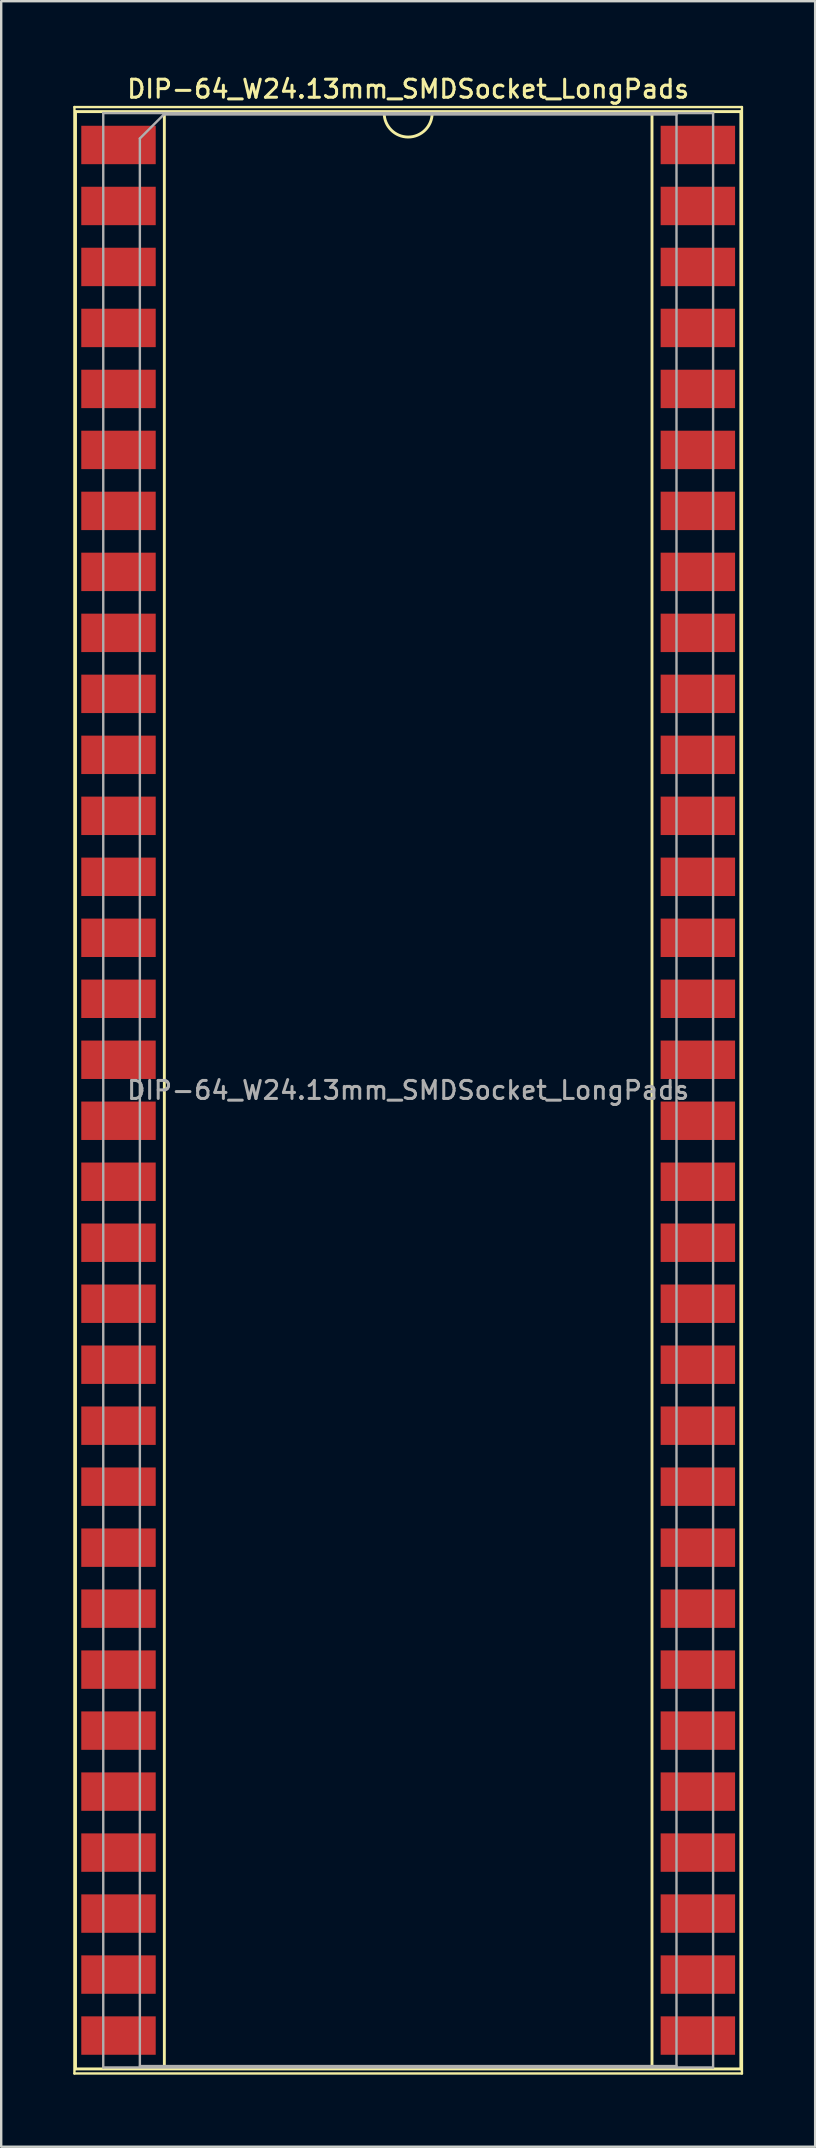
<source format=kicad_pcb>
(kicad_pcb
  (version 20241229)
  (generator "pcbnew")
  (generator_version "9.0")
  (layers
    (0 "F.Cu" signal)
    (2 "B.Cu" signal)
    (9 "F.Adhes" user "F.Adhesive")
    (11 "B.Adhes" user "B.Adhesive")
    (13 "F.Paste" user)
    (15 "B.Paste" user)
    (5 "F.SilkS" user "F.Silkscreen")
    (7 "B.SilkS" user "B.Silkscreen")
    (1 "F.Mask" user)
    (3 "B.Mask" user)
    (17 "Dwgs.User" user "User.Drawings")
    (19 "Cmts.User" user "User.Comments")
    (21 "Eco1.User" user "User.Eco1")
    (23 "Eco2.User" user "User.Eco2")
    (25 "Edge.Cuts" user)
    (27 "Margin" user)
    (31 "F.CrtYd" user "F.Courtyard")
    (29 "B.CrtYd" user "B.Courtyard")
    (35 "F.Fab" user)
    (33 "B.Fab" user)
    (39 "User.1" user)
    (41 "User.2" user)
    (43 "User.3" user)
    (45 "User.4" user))
  (footprint "DIP-64_W24.13mm_SMDSocket_LongPads"
    (layer "F.Cu")
    (at 13.95 42.358)
    (property "Reference" "DIP-64_W24.13mm_SMDSocket_LongPads" (at 0 -41.7 0) (layer "F.SilkS") (effects (font (size 0.75 0.75) (thickness 0.125))))
    (attr smd)
    (fp_line (start -13.9 -40.95) (end -13.9 40.95) (stroke (width 0.1) (type solid)) (layer "F.SilkS"))
    (fp_line (start -13.9 40.95) (end 13.9 40.95) (stroke (width 0.1) (type solid)) (layer "F.SilkS"))
    (fp_line (start -13.855 -40.76) (end -13.855 40.76) (stroke (width 0.12) (type solid)) (layer "F.SilkS"))
    (fp_line (start -13.855 40.76) (end 13.855 40.76) (stroke (width 0.12) (type solid)) (layer "F.SilkS"))
    (fp_line (start -10.155 -40.7) (end -10.155 40.7) (stroke (width 0.12) (type solid)) (layer "F.SilkS"))
    (fp_line (start -10.155 40.7) (end 10.155 40.7) (stroke (width 0.12) (type solid)) (layer "F.SilkS"))
    (fp_line (start -1 -40.7) (end -10.155 -40.7) (stroke (width 0.12) (type solid)) (layer "F.SilkS"))
    (fp_line (start 10.155 -40.7) (end 1 -40.7) (stroke (width 0.12) (type solid)) (layer "F.SilkS"))
    (fp_line (start 10.155 40.7) (end 10.155 -40.7) (stroke (width 0.12) (type solid)) (layer "F.SilkS"))
    (fp_line (start 13.855 -40.76) (end -13.855 -40.76) (stroke (width 0.12) (type solid)) (layer "F.SilkS"))
    (fp_line (start 13.855 40.76) (end 13.855 -40.76) (stroke (width 0.12) (type solid)) (layer "F.SilkS"))
    (fp_line (start 13.9 -40.95) (end -13.9 -40.95) (stroke (width 0.1) (type solid)) (layer "F.SilkS"))
    (fp_line (start 13.9 40.95) (end 13.9 -40.95) (stroke (width 0.1) (type solid)) (layer "F.SilkS"))
    (fp_arc (start 1 -40.7) (mid 0 -39.7) (end -1 -40.7) (stroke (width 0.12) (type solid)) (layer "F.SilkS"))
    (fp_line (start -12.7 -40.7) (end -12.7 40.7) (stroke (width 0.1) (type solid)) (layer "F.Fab"))
    (fp_line (start -12.7 40.7) (end 12.7 40.7) (stroke (width 0.1) (type solid)) (layer "F.Fab"))
    (fp_line (start -11.175 -39.64) (end -10.175 -40.64) (stroke (width 0.1) (type solid)) (layer "F.Fab"))
    (fp_line (start -11.175 40.64) (end -11.175 -39.64) (stroke (width 0.1) (type solid)) (layer "F.Fab"))
    (fp_line (start -10.175 -40.64) (end 11.175 -40.64) (stroke (width 0.1) (type solid)) (layer "F.Fab"))
    (fp_line (start 11.175 -40.64) (end 11.175 40.64) (stroke (width 0.1) (type solid)) (layer "F.Fab"))
    (fp_line (start 11.175 40.64) (end -11.175 40.64) (stroke (width 0.1) (type solid)) (layer "F.Fab"))
    (fp_line (start 12.7 -40.7) (end -12.7 -40.7) (stroke (width 0.1) (type solid)) (layer "F.Fab"))
    (fp_line (start 12.7 40.7) (end 12.7 -40.7) (stroke (width 0.1) (type solid)) (layer "F.Fab"))
    (fp_text user "${REFERENCE}" (at 0 0 0) (layer "F.Fab") (effects (font (size 0.75 0.75) (thickness 0.125))))
    (pad "1" smd rect (at -12.065 -39.37) (size 3.1 1.6) (layers "F.Cu" "F.Mask" "F.Paste"))
    (pad "2" smd rect (at -12.065 -36.83) (size 3.1 1.6) (layers "F.Cu" "F.Mask" "F.Paste"))
    (pad "3" smd rect (at -12.065 -34.29) (size 3.1 1.6) (layers "F.Cu" "F.Mask" "F.Paste"))
    (pad "4" smd rect (at -12.065 -31.75) (size 3.1 1.6) (layers "F.Cu" "F.Mask" "F.Paste"))
    (pad "5" smd rect (at -12.065 -29.21) (size 3.1 1.6) (layers "F.Cu" "F.Mask" "F.Paste"))
    (pad "6" smd rect (at -12.065 -26.67) (size 3.1 1.6) (layers "F.Cu" "F.Mask" "F.Paste"))
    (pad "7" smd rect (at -12.065 -24.13) (size 3.1 1.6) (layers "F.Cu" "F.Mask" "F.Paste"))
    (pad "8" smd rect (at -12.065 -21.59) (size 3.1 1.6) (layers "F.Cu" "F.Mask" "F.Paste"))
    (pad "9" smd rect (at -12.065 -19.05) (size 3.1 1.6) (layers "F.Cu" "F.Mask" "F.Paste"))
    (pad "10" smd rect (at -12.065 -16.51) (size 3.1 1.6) (layers "F.Cu" "F.Mask" "F.Paste"))
    (pad "11" smd rect (at -12.065 -13.97) (size 3.1 1.6) (layers "F.Cu" "F.Mask" "F.Paste"))
    (pad "12" smd rect (at -12.065 -11.43) (size 3.1 1.6) (layers "F.Cu" "F.Mask" "F.Paste"))
    (pad "13" smd rect (at -12.065 -8.89) (size 3.1 1.6) (layers "F.Cu" "F.Mask" "F.Paste"))
    (pad "14" smd rect (at -12.065 -6.35) (size 3.1 1.6) (layers "F.Cu" "F.Mask" "F.Paste"))
    (pad "15" smd rect (at -12.065 -3.81) (size 3.1 1.6) (layers "F.Cu" "F.Mask" "F.Paste"))
    (pad "16" smd rect (at -12.065 -1.27) (size 3.1 1.6) (layers "F.Cu" "F.Mask" "F.Paste"))
    (pad "17" smd rect (at -12.065 1.27) (size 3.1 1.6) (layers "F.Cu" "F.Mask" "F.Paste"))
    (pad "18" smd rect (at -12.065 3.81) (size 3.1 1.6) (layers "F.Cu" "F.Mask" "F.Paste"))
    (pad "19" smd rect (at -12.065 6.35) (size 3.1 1.6) (layers "F.Cu" "F.Mask" "F.Paste"))
    (pad "20" smd rect (at -12.065 8.89) (size 3.1 1.6) (layers "F.Cu" "F.Mask" "F.Paste"))
    (pad "21" smd rect (at -12.065 11.43) (size 3.1 1.6) (layers "F.Cu" "F.Mask" "F.Paste"))
    (pad "22" smd rect (at -12.065 13.97) (size 3.1 1.6) (layers "F.Cu" "F.Mask" "F.Paste"))
    (pad "23" smd rect (at -12.065 16.51) (size 3.1 1.6) (layers "F.Cu" "F.Mask" "F.Paste"))
    (pad "24" smd rect (at -12.065 19.05) (size 3.1 1.6) (layers "F.Cu" "F.Mask" "F.Paste"))
    (pad "25" smd rect (at -12.065 21.59) (size 3.1 1.6) (layers "F.Cu" "F.Mask" "F.Paste"))
    (pad "26" smd rect (at -12.065 24.13) (size 3.1 1.6) (layers "F.Cu" "F.Mask" "F.Paste"))
    (pad "27" smd rect (at -12.065 26.67) (size 3.1 1.6) (layers "F.Cu" "F.Mask" "F.Paste"))
    (pad "28" smd rect (at -12.065 29.21) (size 3.1 1.6) (layers "F.Cu" "F.Mask" "F.Paste"))
    (pad "29" smd rect (at -12.065 31.75) (size 3.1 1.6) (layers "F.Cu" "F.Mask" "F.Paste"))
    (pad "30" smd rect (at -12.065 34.29) (size 3.1 1.6) (layers "F.Cu" "F.Mask" "F.Paste"))
    (pad "31" smd rect (at -12.065 36.83) (size 3.1 1.6) (layers "F.Cu" "F.Mask" "F.Paste"))
    (pad "32" smd rect (at -12.065 39.37) (size 3.1 1.6) (layers "F.Cu" "F.Mask" "F.Paste"))
    (pad "33" smd rect (at 12.065 39.37) (size 3.1 1.6) (layers "F.Cu" "F.Mask" "F.Paste"))
    (pad "34" smd rect (at 12.065 36.83) (size 3.1 1.6) (layers "F.Cu" "F.Mask" "F.Paste"))
    (pad "35" smd rect (at 12.065 34.29) (size 3.1 1.6) (layers "F.Cu" "F.Mask" "F.Paste"))
    (pad "36" smd rect (at 12.065 31.75) (size 3.1 1.6) (layers "F.Cu" "F.Mask" "F.Paste"))
    (pad "37" smd rect (at 12.065 29.21) (size 3.1 1.6) (layers "F.Cu" "F.Mask" "F.Paste"))
    (pad "38" smd rect (at 12.065 26.67) (size 3.1 1.6) (layers "F.Cu" "F.Mask" "F.Paste"))
    (pad "39" smd rect (at 12.065 24.13) (size 3.1 1.6) (layers "F.Cu" "F.Mask" "F.Paste"))
    (pad "40" smd rect (at 12.065 21.59) (size 3.1 1.6) (layers "F.Cu" "F.Mask" "F.Paste"))
    (pad "41" smd rect (at 12.065 19.05) (size 3.1 1.6) (layers "F.Cu" "F.Mask" "F.Paste"))
    (pad "42" smd rect (at 12.065 16.51) (size 3.1 1.6) (layers "F.Cu" "F.Mask" "F.Paste"))
    (pad "43" smd rect (at 12.065 13.97) (size 3.1 1.6) (layers "F.Cu" "F.Mask" "F.Paste"))
    (pad "44" smd rect (at 12.065 11.43) (size 3.1 1.6) (layers "F.Cu" "F.Mask" "F.Paste"))
    (pad "45" smd rect (at 12.065 8.89) (size 3.1 1.6) (layers "F.Cu" "F.Mask" "F.Paste"))
    (pad "46" smd rect (at 12.065 6.35) (size 3.1 1.6) (layers "F.Cu" "F.Mask" "F.Paste"))
    (pad "47" smd rect (at 12.065 3.81) (size 3.1 1.6) (layers "F.Cu" "F.Mask" "F.Paste"))
    (pad "48" smd rect (at 12.065 1.27) (size 3.1 1.6) (layers "F.Cu" "F.Mask" "F.Paste"))
    (pad "49" smd rect (at 12.065 -1.27) (size 3.1 1.6) (layers "F.Cu" "F.Mask" "F.Paste"))
    (pad "50" smd rect (at 12.065 -3.81) (size 3.1 1.6) (layers "F.Cu" "F.Mask" "F.Paste"))
    (pad "51" smd rect (at 12.065 -6.35) (size 3.1 1.6) (layers "F.Cu" "F.Mask" "F.Paste"))
    (pad "52" smd rect (at 12.065 -8.89) (size 3.1 1.6) (layers "F.Cu" "F.Mask" "F.Paste"))
    (pad "53" smd rect (at 12.065 -11.43) (size 3.1 1.6) (layers "F.Cu" "F.Mask" "F.Paste"))
    (pad "54" smd rect (at 12.065 -13.97) (size 3.1 1.6) (layers "F.Cu" "F.Mask" "F.Paste"))
    (pad "55" smd rect (at 12.065 -16.51) (size 3.1 1.6) (layers "F.Cu" "F.Mask" "F.Paste"))
    (pad "56" smd rect (at 12.065 -19.05) (size 3.1 1.6) (layers "F.Cu" "F.Mask" "F.Paste"))
    (pad "57" smd rect (at 12.065 -21.59) (size 3.1 1.6) (layers "F.Cu" "F.Mask" "F.Paste"))
    (pad "58" smd rect (at 12.065 -24.13) (size 3.1 1.6) (layers "F.Cu" "F.Mask" "F.Paste"))
    (pad "59" smd rect (at 12.065 -26.67) (size 3.1 1.6) (layers "F.Cu" "F.Mask" "F.Paste"))
    (pad "60" smd rect (at 12.065 -29.21) (size 3.1 1.6) (layers "F.Cu" "F.Mask" "F.Paste"))
    (pad "61" smd rect (at 12.065 -31.75) (size 3.1 1.6) (layers "F.Cu" "F.Mask" "F.Paste"))
    (pad "62" smd rect (at 12.065 -34.29) (size 3.1 1.6) (layers "F.Cu" "F.Mask" "F.Paste"))
    (pad "63" smd rect (at 12.065 -36.83) (size 3.1 1.6) (layers "F.Cu" "F.Mask" "F.Paste"))
    (pad "64" smd rect (at 12.065 -39.37) (size 3.1 1.6) (layers "F.Cu" "F.Mask" "F.Paste")))
  (gr_rect
    (start -3 -3)
    (end 30.9 86.358)
    (stroke (width 0.1) (type default))
    (fill no)
    (layer "Edge.Cuts")))
</source>
